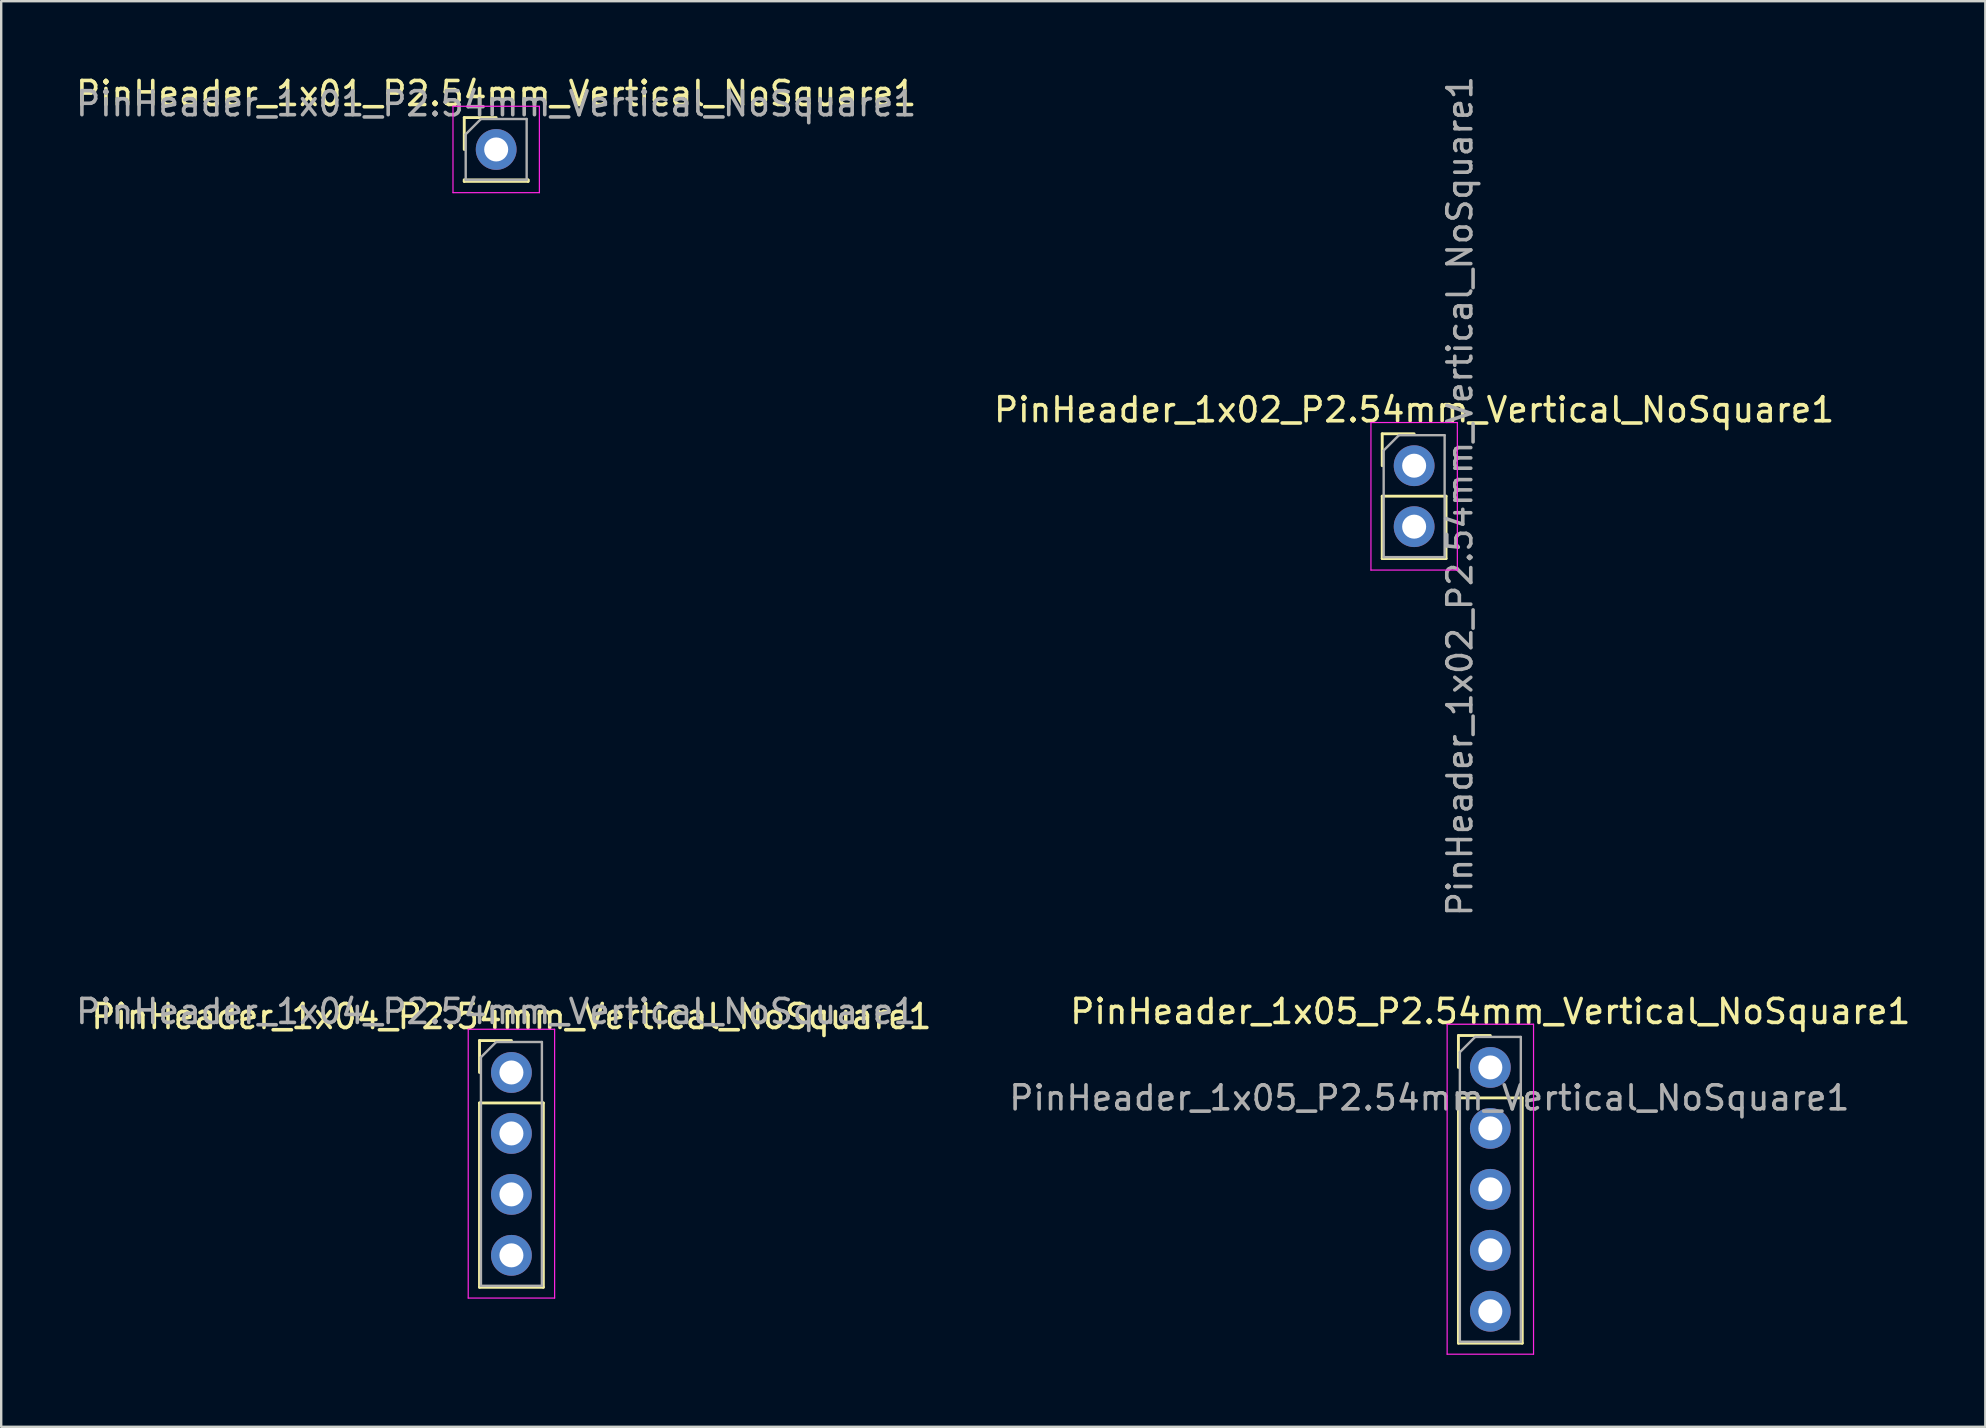
<source format=kicad_pcb>
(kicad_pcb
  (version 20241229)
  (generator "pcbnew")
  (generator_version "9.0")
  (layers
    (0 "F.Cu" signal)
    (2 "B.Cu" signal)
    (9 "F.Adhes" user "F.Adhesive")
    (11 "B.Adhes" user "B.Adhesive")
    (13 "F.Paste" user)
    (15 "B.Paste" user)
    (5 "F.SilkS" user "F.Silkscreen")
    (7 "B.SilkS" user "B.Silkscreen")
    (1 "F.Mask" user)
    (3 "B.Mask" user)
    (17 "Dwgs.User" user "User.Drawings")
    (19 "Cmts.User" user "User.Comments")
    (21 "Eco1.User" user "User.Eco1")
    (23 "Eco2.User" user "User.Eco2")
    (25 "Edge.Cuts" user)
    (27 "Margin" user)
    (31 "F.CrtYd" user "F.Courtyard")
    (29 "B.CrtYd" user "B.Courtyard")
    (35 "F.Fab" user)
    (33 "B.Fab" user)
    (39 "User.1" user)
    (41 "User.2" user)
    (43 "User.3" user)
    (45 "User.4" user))
  (footprint "PinHeader_1x04_P2.54mm_Vertical_NoSquare1"
    (layer "F.Cu")
    (at 18.26 41.638)
    (property "Reference" "PinHeader_1x04_P2.54mm_Vertical_NoSquare1" (at 0 -2.33 0) (layer "F.SilkS") (effects (font (size 1 1) (thickness 0.15))))
    (attr through_hole)
    (fp_line (start -1.33 -1.33) (end 0 -1.33) (stroke (width 0.12) (type solid)) (layer "F.SilkS"))
    (fp_line (start -1.33 0) (end -1.33 -1.33) (stroke (width 0.12) (type solid)) (layer "F.SilkS"))
    (fp_line (start -1.33 1.27) (end -1.33 8.95) (stroke (width 0.12) (type solid)) (layer "F.SilkS"))
    (fp_line (start -1.33 1.27) (end 1.33 1.27) (stroke (width 0.12) (type solid)) (layer "F.SilkS"))
    (fp_line (start -1.33 8.95) (end 1.33 8.95) (stroke (width 0.12) (type solid)) (layer "F.SilkS"))
    (fp_line (start 1.33 1.27) (end 1.33 8.95) (stroke (width 0.12) (type solid)) (layer "F.SilkS"))
    (fp_line (start -1.8 -1.8) (end -1.8 9.4) (stroke (width 0.05) (type solid)) (layer "F.CrtYd"))
    (fp_line (start -1.8 9.4) (end 1.8 9.4) (stroke (width 0.05) (type solid)) (layer "F.CrtYd"))
    (fp_line (start 1.8 -1.8) (end -1.8 -1.8) (stroke (width 0.05) (type solid)) (layer "F.CrtYd"))
    (fp_line (start 1.8 9.4) (end 1.8 -1.8) (stroke (width 0.05) (type solid)) (layer "F.CrtYd"))
    (fp_line (start -1.27 -0.635) (end -0.635 -1.27) (stroke (width 0.1) (type solid)) (layer "F.Fab"))
    (fp_line (start -1.27 8.89) (end -1.27 -0.635) (stroke (width 0.1) (type solid)) (layer "F.Fab"))
    (fp_line (start -0.635 -1.27) (end 1.27 -1.27) (stroke (width 0.1) (type solid)) (layer "F.Fab"))
    (fp_line (start 1.27 -1.27) (end 1.27 8.89) (stroke (width 0.1) (type solid)) (layer "F.Fab"))
    (fp_line (start 1.27 8.89) (end -1.27 8.89) (stroke (width 0.1) (type solid)) (layer "F.Fab"))
    (fp_text user "${REFERENCE}" (at -0.635 -2.54 0) (layer "F.Fab") (effects (font (size 1 1) (thickness 0.15))))
    (pad "1" thru_hole oval (at 0 0) (size 1.7 1.7) (drill 1) (layers "*.Cu" "*.Mask"))
    (pad "2" thru_hole oval (at 0 2.54) (size 1.7 1.7) (drill 1) (layers "*.Cu" "*.Mask"))
    (pad "3" thru_hole oval (at 0 5.08) (size 1.7 1.7) (drill 1) (layers "*.Cu" "*.Mask"))
    (pad "4" thru_hole oval (at 0 7.62) (size 1.7 1.7) (drill 1) (layers "*.Cu" "*.Mask")))
  (footprint "PinHeader_1x01_P2.54mm_Vertical_NoSquare1"
    (layer "F.Cu")
    (at 17.625 3.178)
    (property "Reference" "PinHeader_1x01_P2.54mm_Vertical_NoSquare1" (at 0 -2.33 0) (layer "F.SilkS") (effects (font (size 1 1) (thickness 0.15))))
    (attr through_hole)
    (fp_line (start -1.33 -1.33) (end 0 -1.33) (stroke (width 0.12) (type solid)) (layer "F.SilkS"))
    (fp_line (start -1.33 0) (end -1.33 -1.33) (stroke (width 0.12) (type solid)) (layer "F.SilkS"))
    (fp_line (start -1.33 1.27) (end -1.33 1.33) (stroke (width 0.12) (type solid)) (layer "F.SilkS"))
    (fp_line (start -1.33 1.27) (end 1.33 1.27) (stroke (width 0.12) (type solid)) (layer "F.SilkS"))
    (fp_line (start -1.33 1.33) (end 1.33 1.33) (stroke (width 0.12) (type solid)) (layer "F.SilkS"))
    (fp_line (start 1.33 1.27) (end 1.33 1.33) (stroke (width 0.12) (type solid)) (layer "F.SilkS"))
    (fp_line (start -1.8 -1.8) (end -1.8 1.8) (stroke (width 0.05) (type solid)) (layer "F.CrtYd"))
    (fp_line (start -1.8 1.8) (end 1.8 1.8) (stroke (width 0.05) (type solid)) (layer "F.CrtYd"))
    (fp_line (start 1.8 -1.8) (end -1.8 -1.8) (stroke (width 0.05) (type solid)) (layer "F.CrtYd"))
    (fp_line (start 1.8 1.8) (end 1.8 -1.8) (stroke (width 0.05) (type solid)) (layer "F.CrtYd"))
    (fp_line (start -1.27 -0.635) (end -0.635 -1.27) (stroke (width 0.1) (type solid)) (layer "F.Fab"))
    (fp_line (start -1.27 1.27) (end -1.27 -0.635) (stroke (width 0.1) (type solid)) (layer "F.Fab"))
    (fp_line (start -0.635 -1.27) (end 1.27 -1.27) (stroke (width 0.1) (type solid)) (layer "F.Fab"))
    (fp_line (start 1.27 -1.27) (end 1.27 1.27) (stroke (width 0.1) (type solid)) (layer "F.Fab"))
    (fp_line (start 1.27 1.27) (end -1.27 1.27) (stroke (width 0.1) (type solid)) (layer "F.Fab"))
    (fp_text user "${REFERENCE}" (at 0 -1.905 0) (layer "F.Fab") (effects (font (size 1 1) (thickness 0.15))))
    (pad "1" thru_hole oval (at 0 0) (size 1.7 1.7) (drill 1) (layers "*.Cu" "*.Mask")))
  (footprint "PinHeader_1x02_P2.54mm_Vertical_NoSquare1"
    (layer "F.Cu")
    (at 55.875 16.355)
    (property "Reference" "PinHeader_1x02_P2.54mm_Vertical_NoSquare1" (at 0 -2.33 0) (layer "F.SilkS") (effects (font (size 1 1) (thickness 0.15))))
    (attr through_hole)
    (fp_line (start -1.33 -1.33) (end 0 -1.33) (stroke (width 0.12) (type solid)) (layer "F.SilkS"))
    (fp_line (start -1.33 0) (end -1.33 -1.33) (stroke (width 0.12) (type solid)) (layer "F.SilkS"))
    (fp_line (start -1.33 1.27) (end -1.33 3.87) (stroke (width 0.12) (type solid)) (layer "F.SilkS"))
    (fp_line (start -1.33 1.27) (end 1.33 1.27) (stroke (width 0.12) (type solid)) (layer "F.SilkS"))
    (fp_line (start -1.33 3.87) (end 1.33 3.87) (stroke (width 0.12) (type solid)) (layer "F.SilkS"))
    (fp_line (start 1.33 1.27) (end 1.33 3.87) (stroke (width 0.12) (type solid)) (layer "F.SilkS"))
    (fp_line (start -1.8 -1.8) (end -1.8 4.35) (stroke (width 0.05) (type solid)) (layer "F.CrtYd"))
    (fp_line (start -1.8 4.35) (end 1.8 4.35) (stroke (width 0.05) (type solid)) (layer "F.CrtYd"))
    (fp_line (start 1.8 -1.8) (end -1.8 -1.8) (stroke (width 0.05) (type solid)) (layer "F.CrtYd"))
    (fp_line (start 1.8 4.35) (end 1.8 -1.8) (stroke (width 0.05) (type solid)) (layer "F.CrtYd"))
    (fp_line (start -1.27 -0.635) (end -0.635 -1.27) (stroke (width 0.1) (type solid)) (layer "F.Fab"))
    (fp_line (start -1.27 3.81) (end -1.27 -0.635) (stroke (width 0.1) (type solid)) (layer "F.Fab"))
    (fp_line (start -0.635 -1.27) (end 1.27 -1.27) (stroke (width 0.1) (type solid)) (layer "F.Fab"))
    (fp_line (start 1.27 -1.27) (end 1.27 3.81) (stroke (width 0.1) (type solid)) (layer "F.Fab"))
    (fp_line (start 1.27 3.81) (end -1.27 3.81) (stroke (width 0.1) (type solid)) (layer "F.Fab"))
    (fp_text user "${REFERENCE}" (at 1.905 1.27 270) (layer "F.Fab") (effects (font (size 1 1) (thickness 0.15))))
    (pad "1" thru_hole oval (at 0 0) (size 1.7 1.7) (drill 1) (layers "*.Cu" "*.Mask"))
    (pad "2" thru_hole oval (at 0 2.54) (size 1.7 1.7) (drill 1) (layers "*.Cu" "*.Mask")))
  (footprint "PinHeader_1x05_P2.54mm_Vertical_NoSquare1"
    (layer "F.Cu")
    (at 59.05 41.428)
    (property "Reference" "PinHeader_1x05_P2.54mm_Vertical_NoSquare1" (at 0 -2.33 0) (layer "F.SilkS") (effects (font (size 1 1) (thickness 0.15))))
    (attr through_hole)
    (fp_line (start -1.33 -1.33) (end 0 -1.33) (stroke (width 0.12) (type solid)) (layer "F.SilkS"))
    (fp_line (start -1.33 0) (end -1.33 -1.33) (stroke (width 0.12) (type solid)) (layer "F.SilkS"))
    (fp_line (start -1.33 1.27) (end -1.33 11.49) (stroke (width 0.12) (type solid)) (layer "F.SilkS"))
    (fp_line (start -1.33 1.27) (end 1.33 1.27) (stroke (width 0.12) (type solid)) (layer "F.SilkS"))
    (fp_line (start -1.33 11.49) (end 1.33 11.49) (stroke (width 0.12) (type solid)) (layer "F.SilkS"))
    (fp_line (start 1.33 1.27) (end 1.33 11.49) (stroke (width 0.12) (type solid)) (layer "F.SilkS"))
    (fp_line (start -1.8 -1.8) (end -1.8 11.95) (stroke (width 0.05) (type solid)) (layer "F.CrtYd"))
    (fp_line (start -1.8 11.95) (end 1.8 11.95) (stroke (width 0.05) (type solid)) (layer "F.CrtYd"))
    (fp_line (start 1.8 -1.8) (end -1.8 -1.8) (stroke (width 0.05) (type solid)) (layer "F.CrtYd"))
    (fp_line (start 1.8 11.95) (end 1.8 -1.8) (stroke (width 0.05) (type solid)) (layer "F.CrtYd"))
    (fp_line (start -1.27 -0.635) (end -0.635 -1.27) (stroke (width 0.1) (type solid)) (layer "F.Fab"))
    (fp_line (start -1.27 11.43) (end -1.27 -0.635) (stroke (width 0.1) (type solid)) (layer "F.Fab"))
    (fp_line (start -0.635 -1.27) (end 1.27 -1.27) (stroke (width 0.1) (type solid)) (layer "F.Fab"))
    (fp_line (start 1.27 -1.27) (end 1.27 11.43) (stroke (width 0.1) (type solid)) (layer "F.Fab"))
    (fp_line (start 1.27 11.43) (end -1.27 11.43) (stroke (width 0.1) (type solid)) (layer "F.Fab"))
    (fp_text user "${REFERENCE}" (at -2.54 1.27 0) (layer "F.Fab") (effects (font (size 1 1) (thickness 0.15))))
    (pad "1" thru_hole oval (at 0 0) (size 1.7 1.7) (drill 1) (layers "*.Cu" "*.Mask"))
    (pad "2" thru_hole oval (at 0 2.54) (size 1.7 1.7) (drill 1) (layers "*.Cu" "*.Mask"))
    (pad "3" thru_hole oval (at 0 5.08) (size 1.7 1.7) (drill 1) (layers "*.Cu" "*.Mask"))
    (pad "4" thru_hole oval (at 0 7.62) (size 1.7 1.7) (drill 1) (layers "*.Cu" "*.Mask"))
    (pad "5" thru_hole oval (at 0 10.16) (size 1.7 1.7) (drill 1) (layers "*.Cu" "*.Mask")))
  (gr_rect
    (start -3 -3)
    (end 79.675 56.403)
    (stroke (width 0.1) (type default))
    (fill no)
    (layer "Edge.Cuts")))
</source>
